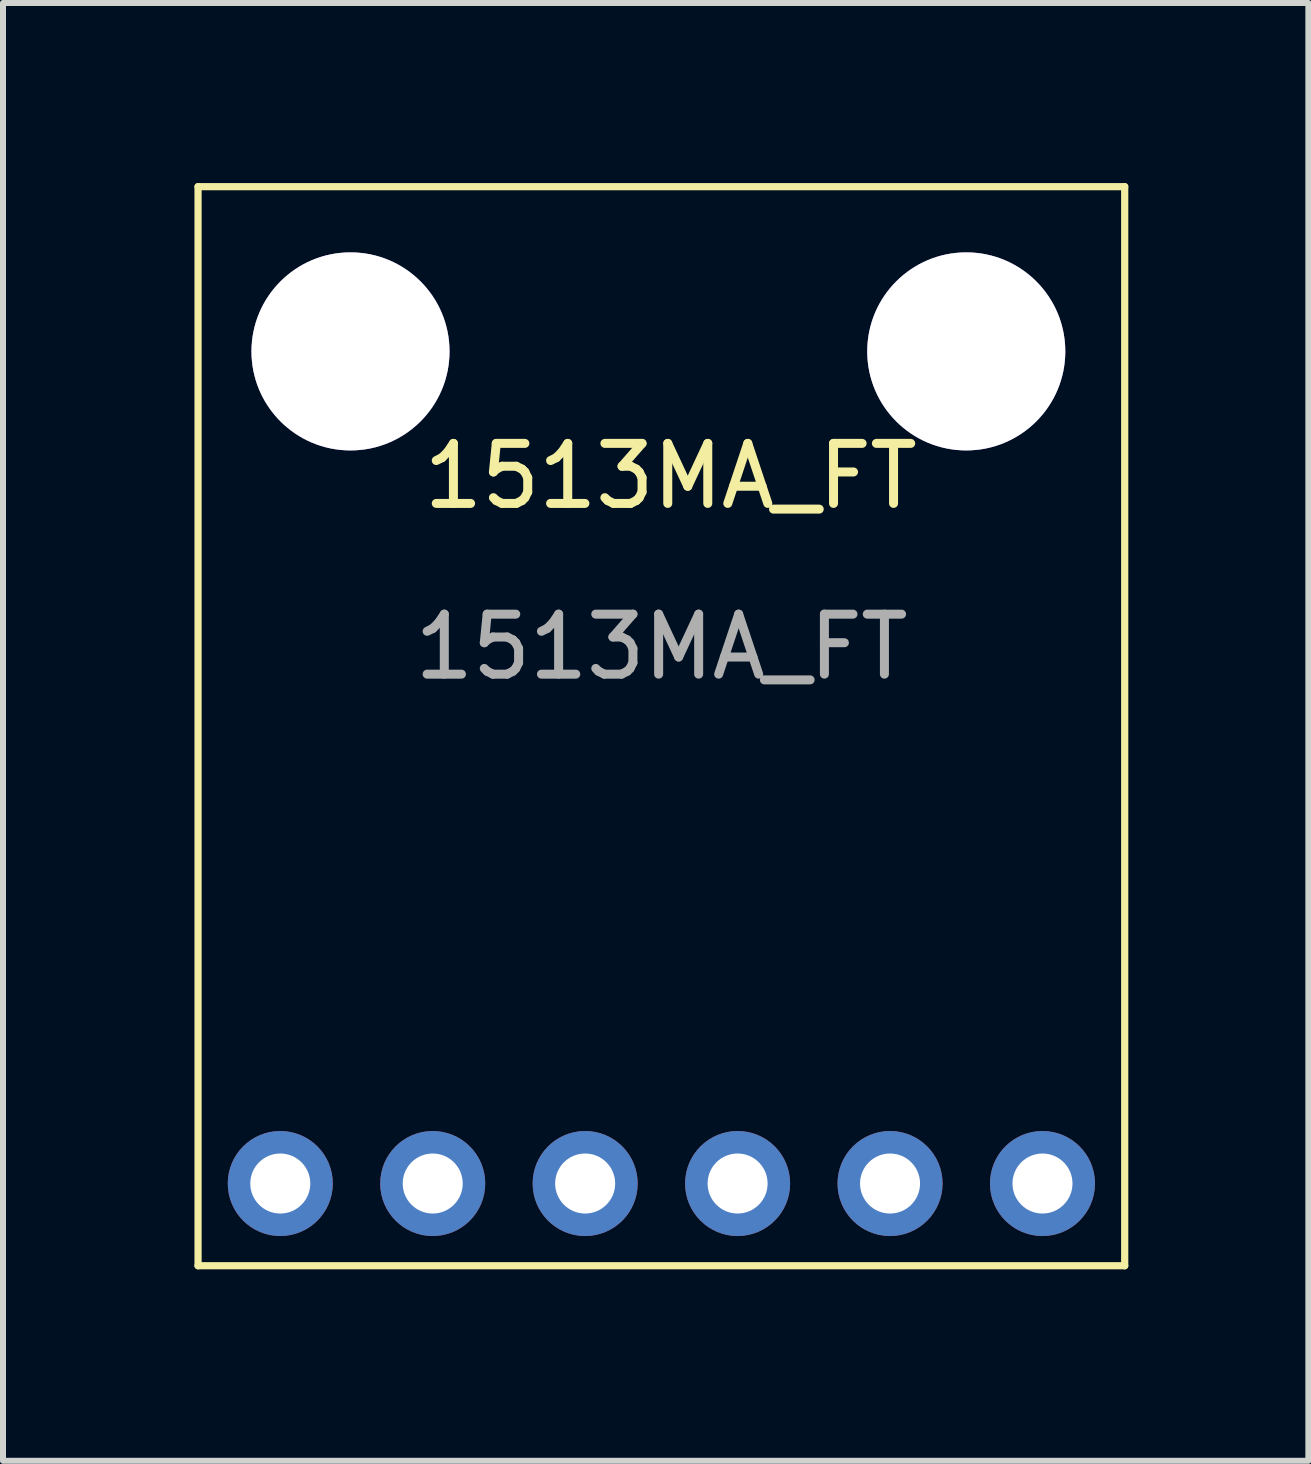
<source format=kicad_pcb>
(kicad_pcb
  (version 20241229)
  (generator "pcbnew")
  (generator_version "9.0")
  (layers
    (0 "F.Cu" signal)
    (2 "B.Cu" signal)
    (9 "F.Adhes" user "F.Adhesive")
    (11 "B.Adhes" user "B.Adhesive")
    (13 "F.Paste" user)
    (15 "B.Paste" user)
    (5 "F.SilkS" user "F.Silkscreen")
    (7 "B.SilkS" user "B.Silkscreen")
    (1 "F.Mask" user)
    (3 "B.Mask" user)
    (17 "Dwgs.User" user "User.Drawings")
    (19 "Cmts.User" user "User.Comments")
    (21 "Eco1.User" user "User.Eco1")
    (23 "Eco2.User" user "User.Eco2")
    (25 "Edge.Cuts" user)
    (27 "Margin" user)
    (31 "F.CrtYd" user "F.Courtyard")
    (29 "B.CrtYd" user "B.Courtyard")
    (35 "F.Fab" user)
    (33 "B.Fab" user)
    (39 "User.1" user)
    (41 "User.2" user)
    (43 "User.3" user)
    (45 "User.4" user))
  (footprint "1513MA_FT"
    (layer "F.Cu")
    (at 0.25 18.04)
    (property "Reference" "1513MA_FT" (at 7.874 -13.157 0) (unlocked yes) (layer "F.SilkS") (effects (font (size 1 1) (thickness 0.15))))
    (attr smd)
    (fp_line (start 0 -17.98) (end 15.44 -17.98) (stroke (width 0.12) (type solid)) (layer "F.SilkS"))
    (fp_line (start 0 0) (end 0 -17.98) (stroke (width 0.12) (type solid)) (layer "F.SilkS"))
    (fp_line (start 0 0) (end 15.44 0) (stroke (width 0.12) (type solid)) (layer "F.SilkS"))
    (fp_line (start 15.44 -17.98) (end 15.44 0) (stroke (width 0.12) (type solid)) (layer "F.SilkS"))
    (fp_text user "${REFERENCE}" (at 7.722 -10.312 0) (unlocked yes) (layer "F.Fab") (effects (font (size 1 1) (thickness 0.15))))
    (pad "1" thru_hole circle (at 1.37 -1.37) (size 1.75 1.75) (drill 1) (layers "*.Cu" "*.Mask"))
    (pad "2" thru_hole circle (at 3.91 -1.37) (size 1.75 1.75) (drill 1) (layers "*.Cu" "*.Mask"))
    (pad "3" thru_hole circle (at 6.45 -1.37) (size 1.75 1.75) (drill 1) (layers "*.Cu" "*.Mask"))
    (pad "4" thru_hole circle (at 8.99 -1.37) (size 1.75 1.75) (drill 1) (layers "*.Cu" "*.Mask"))
    (pad "5" thru_hole circle (at 11.53 -1.37) (size 1.75 1.75) (drill 1) (layers "*.Cu" "*.Mask"))
    (pad "6" thru_hole circle (at 14.07 -1.37) (size 1.75 1.75) (drill 1) (layers "*.Cu" "*.Mask"))
    (pad "7" thru_hole circle (at 2.54 -15.235) (size 3.3 3.3) (drill 3.3) (layers "*.Cu" "*.Mask"))
    (pad "8" thru_hole circle (at 12.8 -15.235) (size 3.3 3.3) (drill 3.3) (layers "*.Cu" "*.Mask")))
  (gr_rect
    (start -3 -3)
    (end 18.75 21.29)
    (stroke (width 0.1) (type default))
    (fill no)
    (layer "Edge.Cuts")))
</source>
